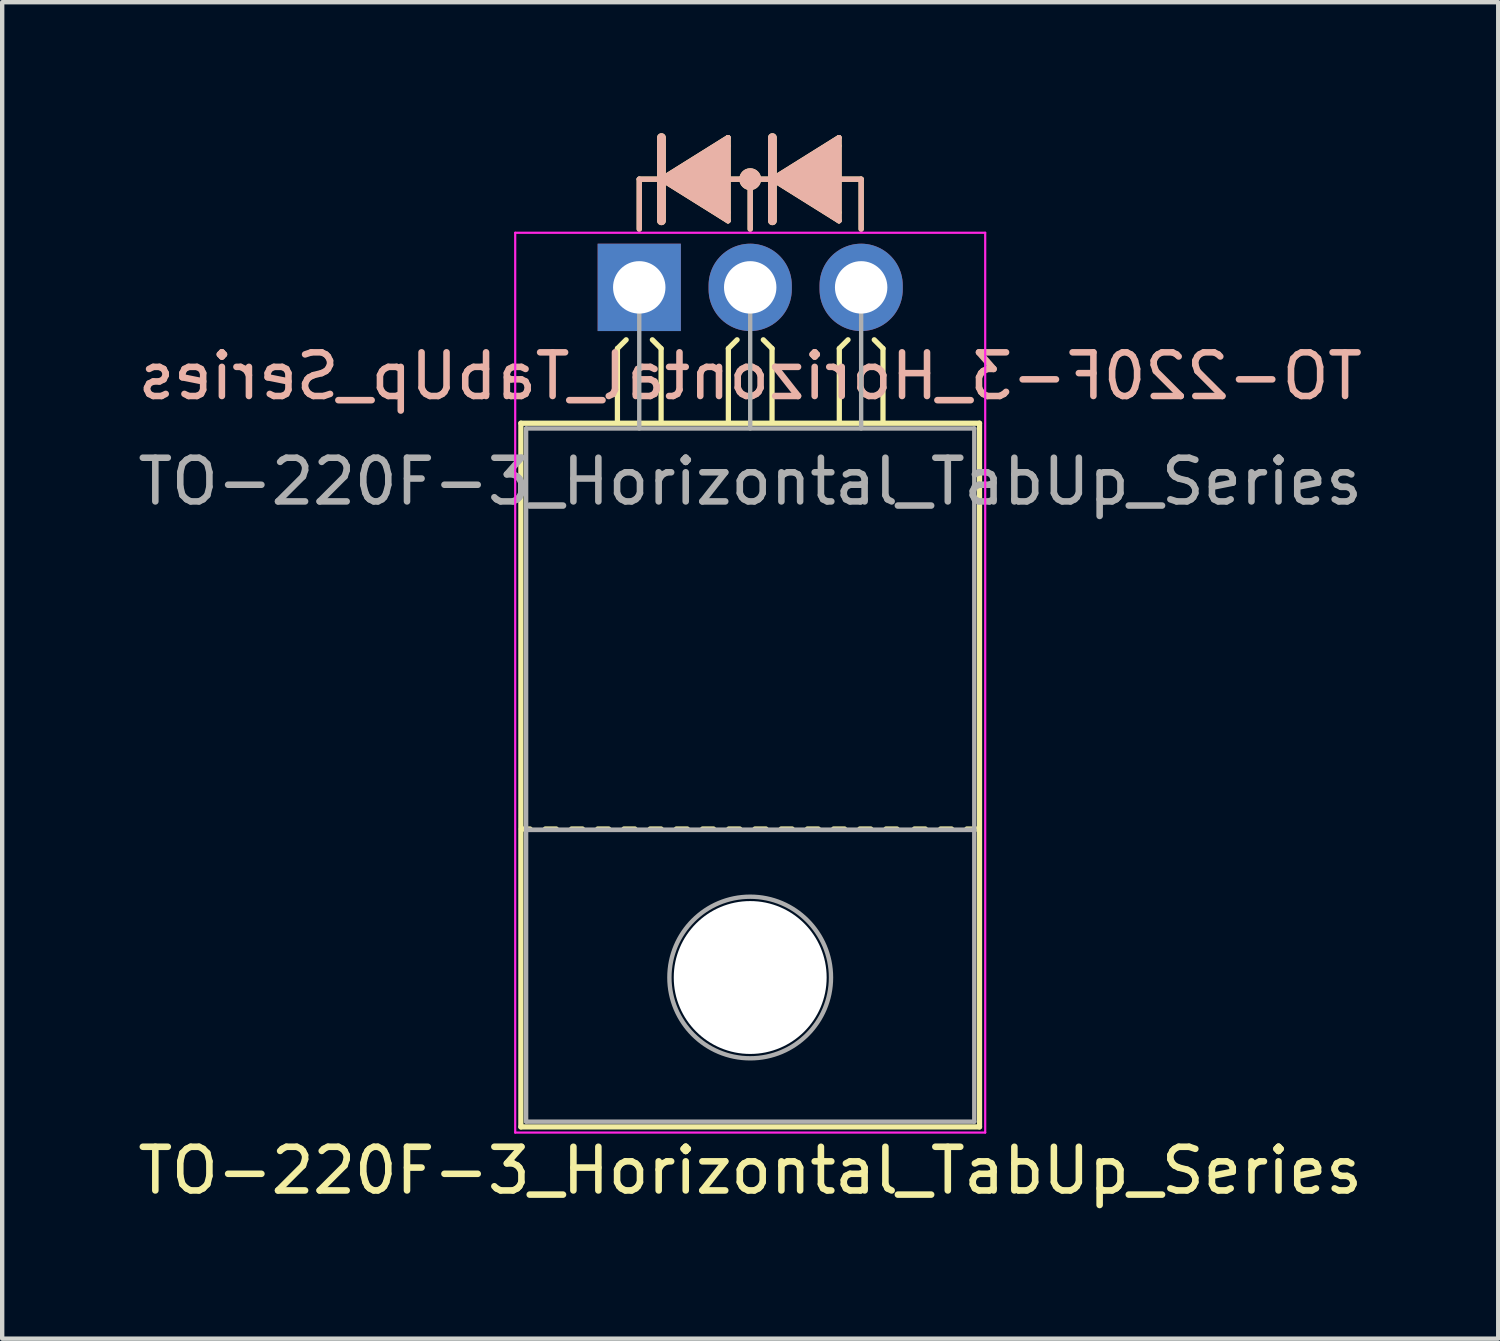
<source format=kicad_pcb>
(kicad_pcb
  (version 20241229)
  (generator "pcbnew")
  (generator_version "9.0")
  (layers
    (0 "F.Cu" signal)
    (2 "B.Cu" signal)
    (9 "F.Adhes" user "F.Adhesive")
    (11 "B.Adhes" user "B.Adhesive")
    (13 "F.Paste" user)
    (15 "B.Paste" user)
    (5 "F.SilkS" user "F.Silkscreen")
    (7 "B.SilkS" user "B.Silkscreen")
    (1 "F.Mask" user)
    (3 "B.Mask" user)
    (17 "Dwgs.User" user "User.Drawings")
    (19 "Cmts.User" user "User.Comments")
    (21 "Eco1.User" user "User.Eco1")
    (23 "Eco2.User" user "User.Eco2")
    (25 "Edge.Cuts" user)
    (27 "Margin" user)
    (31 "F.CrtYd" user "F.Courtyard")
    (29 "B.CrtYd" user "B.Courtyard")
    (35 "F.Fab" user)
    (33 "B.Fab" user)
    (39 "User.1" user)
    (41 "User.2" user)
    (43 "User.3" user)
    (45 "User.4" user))
  (footprint "TO-220F-3_Horizontal_TabUp_Series"
    (layer "F.Cu")
    (at 11.585 3.529)
    (property "Reference" "TO-220F-3_Horizontal_TabUp_Series" (at 2.54 20.22 0) (layer "F.SilkS") (effects (font (size 1 1) (thickness 0.15))))
    (fp_line (start -2.71 19.22) (end -2.71 3.11) (stroke (width 0.12) (type solid)) (layer "F.SilkS"))
    (fp_line (start -2.5 12.4) (end -2.7 12.4) (stroke (width 0.12) (type solid)) (layer "F.SilkS"))
    (fp_line (start -1.9 12.4) (end -2.15 12.4) (stroke (width 0.12) (type solid)) (layer "F.SilkS"))
    (fp_line (start -1.3 12.4) (end -1.55 12.4) (stroke (width 0.12) (type solid)) (layer "F.SilkS"))
    (fp_line (start -0.7 12.4) (end -0.95 12.4) (stroke (width 0.12) (type solid)) (layer "F.SilkS"))
    (fp_line (start -0.5 1.4) (end -0.3 1.2) (stroke (width 0.12) (type solid)) (layer "F.SilkS"))
    (fp_line (start -0.5 3.048) (end -0.5 1.4) (stroke (width 0.12) (type solid)) (layer "F.SilkS"))
    (fp_line (start -0.1 12.4) (end -0.35 12.4) (stroke (width 0.12) (type solid)) (layer "F.SilkS"))
    (fp_line (start 0 -2.477) (end 0.508 -2.477) (stroke (width 0.12) (type solid)) (layer "F.SilkS"))
    (fp_line (start 0 -1.333) (end 0 -2.477) (stroke (width 0.12) (type solid)) (layer "F.SilkS"))
    (fp_line (start 0.5 1.4) (end 0.3 1.2) (stroke (width 0.12) (type solid)) (layer "F.SilkS"))
    (fp_line (start 0.5 3.048) (end 0.5 1.4) (stroke (width 0.12) (type solid)) (layer "F.SilkS"))
    (fp_line (start 0.5 12.4) (end 0.25 12.4) (stroke (width 0.12) (type solid)) (layer "F.SilkS"))
    (fp_line (start 0.508 -3.429) (end 0.508 -1.524) (stroke (width 0.2) (type solid)) (layer "F.SilkS"))
    (fp_line (start 0.508 -2.477) (end 2.032 -1.524) (stroke (width 0.12) (type solid)) (layer "F.SilkS"))
    (fp_line (start 1.1 12.4) (end 0.85 12.4) (stroke (width 0.12) (type solid)) (layer "F.SilkS"))
    (fp_line (start 1.7 12.4) (end 1.45 12.4) (stroke (width 0.12) (type solid)) (layer "F.SilkS"))
    (fp_line (start 2.032 -3.429) (end 0.508 -2.477) (stroke (width 0.12) (type solid)) (layer "F.SilkS"))
    (fp_line (start 2.032 -1.524) (end 2.032 -3.429) (stroke (width 0.12) (type solid)) (layer "F.SilkS"))
    (fp_line (start 2.04 1.4) (end 2.24 1.2) (stroke (width 0.12) (type solid)) (layer "F.SilkS"))
    (fp_line (start 2.04 3.048) (end 2.04 1.4) (stroke (width 0.12) (type solid)) (layer "F.SilkS"))
    (fp_line (start 2.3 12.4) (end 2.05 12.4) (stroke (width 0.12) (type solid)) (layer "F.SilkS"))
    (fp_line (start 2.54 -2.477) (end 2.032 -2.477) (stroke (width 0.12) (type solid)) (layer "F.SilkS"))
    (fp_line (start 2.54 -2.477) (end 3.048 -2.477) (stroke (width 0.12) (type solid)) (layer "F.SilkS"))
    (fp_line (start 2.54 -1.333) (end 2.54 -2.477) (stroke (width 0.12) (type solid)) (layer "F.SilkS"))
    (fp_line (start 2.9 12.4) (end 2.65 12.4) (stroke (width 0.12) (type solid)) (layer "F.SilkS"))
    (fp_line (start 3.04 1.4) (end 2.84 1.2) (stroke (width 0.12) (type solid)) (layer "F.SilkS"))
    (fp_line (start 3.04 3.048) (end 3.04 1.4) (stroke (width 0.12) (type solid)) (layer "F.SilkS"))
    (fp_line (start 3.048 -3.429) (end 3.048 -1.524) (stroke (width 0.2) (type solid)) (layer "F.SilkS"))
    (fp_line (start 3.048 -2.477) (end 4.572 -3.429) (stroke (width 0.12) (type solid)) (layer "F.SilkS"))
    (fp_line (start 3.048 -2.477) (end 4.572 -1.524) (stroke (width 0.12) (type solid)) (layer "F.SilkS"))
    (fp_line (start 3.5 12.4) (end 3.25 12.4) (stroke (width 0.12) (type solid)) (layer "F.SilkS"))
    (fp_line (start 4.1 12.4) (end 3.85 12.4) (stroke (width 0.12) (type solid)) (layer "F.SilkS"))
    (fp_line (start 4.572 -3.239) (end 4.572 -3.429) (stroke (width 0.12) (type solid)) (layer "F.SilkS"))
    (fp_line (start 4.572 -1.714) (end 4.572 -3.239) (stroke (width 0.12) (type solid)) (layer "F.SilkS"))
    (fp_line (start 4.572 -1.714) (end 4.572 -1.524) (stroke (width 0.12) (type solid)) (layer "F.SilkS"))
    (fp_line (start 4.58 1.4) (end 4.78 1.2) (stroke (width 0.12) (type solid)) (layer "F.SilkS"))
    (fp_line (start 4.58 3.048) (end 4.58 1.4) (stroke (width 0.12) (type solid)) (layer "F.SilkS"))
    (fp_line (start 4.7 12.4) (end 4.45 12.4) (stroke (width 0.12) (type solid)) (layer "F.SilkS"))
    (fp_line (start 5.08 -2.477) (end 4.572 -2.477) (stroke (width 0.12) (type solid)) (layer "F.SilkS"))
    (fp_line (start 5.08 -1.333) (end 5.08 -2.477) (stroke (width 0.12) (type solid)) (layer "F.SilkS"))
    (fp_line (start 5.3 12.4) (end 5.05 12.4) (stroke (width 0.12) (type solid)) (layer "F.SilkS"))
    (fp_line (start 5.58 1.4) (end 5.38 1.2) (stroke (width 0.12) (type solid)) (layer "F.SilkS"))
    (fp_line (start 5.58 3.048) (end 5.58 1.4) (stroke (width 0.12) (type solid)) (layer "F.SilkS"))
    (fp_line (start 5.9 12.4) (end 5.65 12.4) (stroke (width 0.12) (type solid)) (layer "F.SilkS"))
    (fp_line (start 6.55 12.4) (end 6.3 12.4) (stroke (width 0.12) (type solid)) (layer "F.SilkS"))
    (fp_line (start 7.15 12.4) (end 6.9 12.4) (stroke (width 0.12) (type solid)) (layer "F.SilkS"))
    (fp_line (start 7.75 12.4) (end 7.5 12.4) (stroke (width 0.12) (type solid)) (layer "F.SilkS"))
    (fp_line (start 7.79 3.11) (end -2.71 3.11) (stroke (width 0.12) (type solid)) (layer "F.SilkS"))
    (fp_line (start 7.79 19.22) (end -2.71 19.22) (stroke (width 0.12) (type solid)) (layer "F.SilkS"))
    (fp_line (start 7.79 19.22) (end 7.79 3.11) (stroke (width 0.12) (type solid)) (layer "F.SilkS"))
    (fp_circle (center 2.54 -2.477) (end 2.54 -2.667) (stroke (width 0.12) (type solid)) (fill no) (layer "F.SilkS"))
    (fp_circle (center 2.54 -2.477) (end 2.54 -2.603) (stroke (width 0.12) (type solid)) (fill no) (layer "F.SilkS"))
    (fp_circle (center 2.54 -2.477) (end 2.54 -2.54) (stroke (width 0.12) (type solid)) (fill no) (layer "F.SilkS"))
    (fp_poly (pts (xy 2.032 -1.524) (xy 0.508 -2.477) (xy 2.032 -3.429)) (stroke (width 0.1) (type solid)) (fill yes) (layer "F.SilkS"))
    (fp_poly (pts (xy 3.048 -2.477) (xy 4.572 -3.429) (xy 4.572 -1.524)) (stroke (width 0.1) (type solid)) (fill yes) (layer "F.SilkS"))
    (fp_line (start 0 -2.477) (end 0.508 -2.477) (stroke (width 0.12) (type solid)) (layer "B.SilkS"))
    (fp_line (start 0 -1.333) (end 0 -2.477) (stroke (width 0.12) (type solid)) (layer "B.SilkS"))
    (fp_line (start 0.508 -2.477) (end 2.032 -3.429) (stroke (width 0.12) (type solid)) (layer "B.SilkS"))
    (fp_line (start 0.508 -2.477) (end 2.032 -1.524) (stroke (width 0.12) (type solid)) (layer "B.SilkS"))
    (fp_line (start 0.508 -1.524) (end 0.508 -3.429) (stroke (width 0.2) (type solid)) (layer "B.SilkS"))
    (fp_line (start 2.032 -3.239) (end 2.032 -3.429) (stroke (width 0.12) (type solid)) (layer "B.SilkS"))
    (fp_line (start 2.032 -3.239) (end 2.032 -1.714) (stroke (width 0.12) (type solid)) (layer "B.SilkS"))
    (fp_line (start 2.032 -1.714) (end 2.032 -1.524) (stroke (width 0.12) (type solid)) (layer "B.SilkS"))
    (fp_line (start 2.54 -2.477) (end 2.032 -2.477) (stroke (width 0.12) (type solid)) (layer "B.SilkS"))
    (fp_line (start 2.54 -2.477) (end 3.048 -2.477) (stroke (width 0.12) (type solid)) (layer "B.SilkS"))
    (fp_line (start 2.54 -1.333) (end 2.54 -2.477) (stroke (width 0.12) (type solid)) (layer "B.SilkS"))
    (fp_line (start 3.048 -2.477) (end 4.572 -3.429) (stroke (width 0.12) (type solid)) (layer "B.SilkS"))
    (fp_line (start 3.048 -1.524) (end 3.048 -3.429) (stroke (width 0.2) (type solid)) (layer "B.SilkS"))
    (fp_line (start 4.572 -3.429) (end 4.572 -1.524) (stroke (width 0.12) (type solid)) (layer "B.SilkS"))
    (fp_line (start 4.572 -1.524) (end 3.048 -2.477) (stroke (width 0.12) (type solid)) (layer "B.SilkS"))
    (fp_line (start 5.08 -2.477) (end 4.572 -2.477) (stroke (width 0.12) (type solid)) (layer "B.SilkS"))
    (fp_line (start 5.08 -1.333) (end 5.08 -2.477) (stroke (width 0.12) (type solid)) (layer "B.SilkS"))
    (fp_circle (center 2.54 -2.477) (end 2.54 -2.667) (stroke (width 0.12) (type solid)) (fill no) (layer "B.SilkS"))
    (fp_circle (center 2.54 -2.477) (end 2.54 -2.603) (stroke (width 0.12) (type solid)) (fill no) (layer "B.SilkS"))
    (fp_circle (center 2.54 -2.477) (end 2.54 -2.54) (stroke (width 0.12) (type solid)) (fill no) (layer "B.SilkS"))
    (fp_poly (pts (xy 0.508 -2.477) (xy 2.032 -1.524) (xy 2.032 -3.429)) (stroke (width 0.1) (type solid)) (fill yes) (layer "B.SilkS"))
    (fp_poly (pts (xy 4.572 -3.429) (xy 3.048 -2.477) (xy 4.572 -1.524)) (stroke (width 0.1) (type solid)) (fill yes) (layer "B.SilkS"))
    (fp_line (start -2.84 -1.25) (end -2.84 19.35) (stroke (width 0.05) (type solid)) (layer "F.CrtYd"))
    (fp_line (start -2.84 19.35) (end 7.92 19.35) (stroke (width 0.05) (type solid)) (layer "F.CrtYd"))
    (fp_line (start 7.92 -1.25) (end -2.84 -1.25) (stroke (width 0.05) (type solid)) (layer "F.CrtYd"))
    (fp_line (start 7.92 19.35) (end 7.92 -1.25) (stroke (width 0.05) (type solid)) (layer "F.CrtYd"))
    (fp_line (start -2.59 3.23) (end -2.59 12.42) (stroke (width 0.1) (type solid)) (layer "F.Fab"))
    (fp_line (start -2.59 12.42) (end -2.59 19.1) (stroke (width 0.1) (type solid)) (layer "F.Fab"))
    (fp_line (start -2.59 12.42) (end 7.67 12.42) (stroke (width 0.1) (type solid)) (layer "F.Fab"))
    (fp_line (start -2.59 19.1) (end 7.67 19.1) (stroke (width 0.1) (type solid)) (layer "F.Fab"))
    (fp_line (start 0 3.23) (end 0 0) (stroke (width 0.1) (type solid)) (layer "F.Fab"))
    (fp_line (start 2.54 3.23) (end 2.54 0) (stroke (width 0.1) (type solid)) (layer "F.Fab"))
    (fp_line (start 5.08 3.23) (end 5.08 0) (stroke (width 0.1) (type solid)) (layer "F.Fab"))
    (fp_line (start 7.67 3.23) (end -2.59 3.23) (stroke (width 0.1) (type solid)) (layer "F.Fab"))
    (fp_line (start 7.67 12.42) (end -2.59 12.42) (stroke (width 0.1) (type solid)) (layer "F.Fab"))
    (fp_line (start 7.67 12.42) (end 7.67 3.23) (stroke (width 0.1) (type solid)) (layer "F.Fab"))
    (fp_line (start 7.67 19.1) (end 7.67 12.42) (stroke (width 0.1) (type solid)) (layer "F.Fab"))
    (fp_circle (center 2.54 15.8) (end 4.39 15.8) (stroke (width 0.1) (type solid)) (fill no) (layer "F.Fab"))
    (fp_text user "${REFERENCE}" (at 2.54 2.032 0) (layer "B.SilkS") (effects (font (size 1 1) (thickness 0.15)) (justify mirror)))
    (fp_text user "${REFERENCE}" (at 2.54 4.445 0) (layer "F.Fab") (effects (font (size 1 1) (thickness 0.15))))
    (pad "" np_thru_hole oval (at 2.54 15.8) (size 3.5 3.5) (drill 3.5) (layers "*.Cu" "*.Mask"))
    (pad "1" thru_hole rect (at 0 0) (size 1.905 2) (drill 1.2) (layers "*.Cu" "*.Mask"))
    (pad "2" thru_hole oval (at 2.54 0) (size 1.905 2) (drill 1.2) (layers "*.Cu" "*.Mask"))
    (pad "3" thru_hole oval (at 5.08 0) (size 1.905 2) (drill 1.2) (layers "*.Cu" "*.Mask")))
  (gr_rect
    (start -3 -3)
    (end 31.25 27.597)
    (stroke (width 0.1) (type default))
    (fill no)
    (layer "Edge.Cuts")))
</source>
